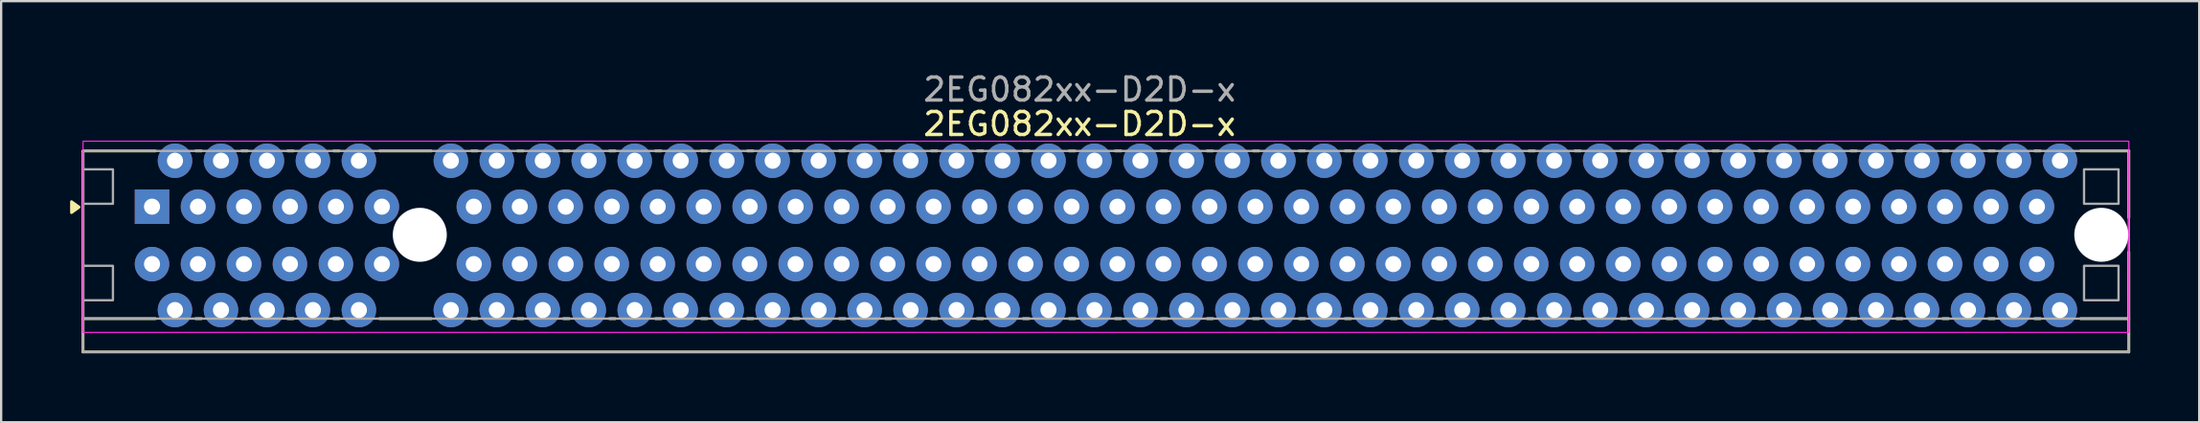
<source format=kicad_pcb>
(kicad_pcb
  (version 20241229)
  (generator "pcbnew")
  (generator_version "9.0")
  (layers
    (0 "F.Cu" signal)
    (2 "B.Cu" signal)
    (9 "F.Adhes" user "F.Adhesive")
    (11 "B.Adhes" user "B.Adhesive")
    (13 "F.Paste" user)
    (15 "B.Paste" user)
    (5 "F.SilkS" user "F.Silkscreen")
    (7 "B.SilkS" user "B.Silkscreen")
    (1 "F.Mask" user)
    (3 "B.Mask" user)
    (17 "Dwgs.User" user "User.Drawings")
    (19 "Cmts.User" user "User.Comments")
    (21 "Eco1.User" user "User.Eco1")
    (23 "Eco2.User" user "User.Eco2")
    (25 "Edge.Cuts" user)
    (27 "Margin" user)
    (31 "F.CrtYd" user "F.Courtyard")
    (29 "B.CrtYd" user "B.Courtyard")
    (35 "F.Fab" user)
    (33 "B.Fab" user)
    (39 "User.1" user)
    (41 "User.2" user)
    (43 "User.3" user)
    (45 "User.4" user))
  (footprint "2EG082xx-D2D-x"
    (layer "F.Cu")
    (at 15.213 7.173)
    (property "Reference" "2EG082xx-D2D-x" (at 28.7 -4.825 0) (unlocked yes) (layer "F.SilkS") (effects (font (size 1 1) (thickness 0.15))))
    (attr through_hole exclude_from_pos_files exclude_from_bom)
    (fp_line (start -14.65 -3.65) (end -14.65 5.1) (stroke (width 0.12) (type solid)) (layer "F.SilkS"))
    (fp_line (start -14.65 5.1) (end 74.35 5.1) (stroke (width 0.12) (type solid)) (layer "F.SilkS"))
    (fp_line (start -11.5 -3.65) (end -14.65 -3.65) (stroke (width 0.12) (type solid)) (layer "F.SilkS"))
    (fp_line (start -11.5 3.65) (end -14.65 3.65) (stroke (width 0.12) (type solid)) (layer "F.SilkS"))
    (fp_line (start -9.5 -3.65) (end -9.75 -3.65) (stroke (width 0.12) (type solid)) (layer "F.SilkS"))
    (fp_line (start -9.5 3.65) (end -9.75 3.65) (stroke (width 0.12) (type solid)) (layer "F.SilkS"))
    (fp_line (start -7.5 -3.65) (end -7.75 -3.65) (stroke (width 0.12) (type solid)) (layer "F.SilkS"))
    (fp_line (start -7.5 3.65) (end -7.75 3.65) (stroke (width 0.12) (type solid)) (layer "F.SilkS"))
    (fp_line (start -5.5 -3.65) (end -5.75 -3.65) (stroke (width 0.12) (type solid)) (layer "F.SilkS"))
    (fp_line (start -5.5 3.65) (end -5.75 3.65) (stroke (width 0.12) (type solid)) (layer "F.SilkS"))
    (fp_line (start -3.5 -3.65) (end -3.75 -3.65) (stroke (width 0.12) (type solid)) (layer "F.SilkS"))
    (fp_line (start -3.5 3.65) (end -3.75 3.65) (stroke (width 0.12) (type solid)) (layer "F.SilkS"))
    (fp_line (start 0.5 -3.65) (end -1.75 -3.65) (stroke (width 0.12) (type solid)) (layer "F.SilkS"))
    (fp_line (start 0.5 3.65) (end -1.75 3.65) (stroke (width 0.12) (type solid)) (layer "F.SilkS"))
    (fp_line (start 2.5 -3.65) (end 2.25 -3.65) (stroke (width 0.12) (type solid)) (layer "F.SilkS"))
    (fp_line (start 2.5 3.65) (end 2.25 3.65) (stroke (width 0.12) (type solid)) (layer "F.SilkS"))
    (fp_line (start 4.5 -3.65) (end 4.25 -3.65) (stroke (width 0.12) (type solid)) (layer "F.SilkS"))
    (fp_line (start 4.5 3.65) (end 4.25 3.65) (stroke (width 0.12) (type solid)) (layer "F.SilkS"))
    (fp_line (start 6.5 -3.65) (end 6.25 -3.65) (stroke (width 0.12) (type solid)) (layer "F.SilkS"))
    (fp_line (start 6.5 3.65) (end 6.25 3.65) (stroke (width 0.12) (type solid)) (layer "F.SilkS"))
    (fp_line (start 8.5 -3.65) (end 8.25 -3.65) (stroke (width 0.12) (type solid)) (layer "F.SilkS"))
    (fp_line (start 8.5 3.65) (end 8.25 3.65) (stroke (width 0.12) (type solid)) (layer "F.SilkS"))
    (fp_line (start 10.5 -3.65) (end 10.25 -3.65) (stroke (width 0.12) (type solid)) (layer "F.SilkS"))
    (fp_line (start 10.5 3.65) (end 10.25 3.65) (stroke (width 0.12) (type solid)) (layer "F.SilkS"))
    (fp_line (start 12.5 -3.65) (end 12.25 -3.65) (stroke (width 0.12) (type solid)) (layer "F.SilkS"))
    (fp_line (start 12.5 3.65) (end 12.25 3.65) (stroke (width 0.12) (type solid)) (layer "F.SilkS"))
    (fp_line (start 14.5 -3.65) (end 14.25 -3.65) (stroke (width 0.12) (type solid)) (layer "F.SilkS"))
    (fp_line (start 14.5 3.65) (end 14.25 3.65) (stroke (width 0.12) (type solid)) (layer "F.SilkS"))
    (fp_line (start 16.5 -3.65) (end 16.25 -3.65) (stroke (width 0.12) (type solid)) (layer "F.SilkS"))
    (fp_line (start 16.5 3.65) (end 16.25 3.65) (stroke (width 0.12) (type solid)) (layer "F.SilkS"))
    (fp_line (start 18.5 -3.65) (end 18.25 -3.65) (stroke (width 0.12) (type solid)) (layer "F.SilkS"))
    (fp_line (start 18.5 3.65) (end 18.25 3.65) (stroke (width 0.12) (type solid)) (layer "F.SilkS"))
    (fp_line (start 20.5 -3.65) (end 20.25 -3.65) (stroke (width 0.12) (type solid)) (layer "F.SilkS"))
    (fp_line (start 20.5 3.65) (end 20.25 3.65) (stroke (width 0.12) (type solid)) (layer "F.SilkS"))
    (fp_line (start 22.5 -3.65) (end 22.25 -3.65) (stroke (width 0.12) (type solid)) (layer "F.SilkS"))
    (fp_line (start 22.5 3.65) (end 22.25 3.65) (stroke (width 0.12) (type solid)) (layer "F.SilkS"))
    (fp_line (start 24.5 -3.65) (end 24.25 -3.65) (stroke (width 0.12) (type solid)) (layer "F.SilkS"))
    (fp_line (start 24.5 3.65) (end 24.25 3.65) (stroke (width 0.12) (type solid)) (layer "F.SilkS"))
    (fp_line (start 26.5 -3.65) (end 26.25 -3.65) (stroke (width 0.12) (type solid)) (layer "F.SilkS"))
    (fp_line (start 26.5 3.65) (end 26.25 3.65) (stroke (width 0.12) (type solid)) (layer "F.SilkS"))
    (fp_line (start 28.5 -3.65) (end 28.25 -3.65) (stroke (width 0.12) (type solid)) (layer "F.SilkS"))
    (fp_line (start 28.5 3.65) (end 28.25 3.65) (stroke (width 0.12) (type solid)) (layer "F.SilkS"))
    (fp_line (start 30.5 -3.65) (end 30.25 -3.65) (stroke (width 0.12) (type solid)) (layer "F.SilkS"))
    (fp_line (start 30.5 3.65) (end 30.25 3.65) (stroke (width 0.12) (type solid)) (layer "F.SilkS"))
    (fp_line (start 32.5 -3.65) (end 32.25 -3.65) (stroke (width 0.12) (type solid)) (layer "F.SilkS"))
    (fp_line (start 32.5 3.65) (end 32.25 3.65) (stroke (width 0.12) (type solid)) (layer "F.SilkS"))
    (fp_line (start 34.5 -3.65) (end 34.25 -3.65) (stroke (width 0.12) (type solid)) (layer "F.SilkS"))
    (fp_line (start 34.5 3.65) (end 34.25 3.65) (stroke (width 0.12) (type solid)) (layer "F.SilkS"))
    (fp_line (start 36.5 -3.65) (end 36.25 -3.65) (stroke (width 0.12) (type solid)) (layer "F.SilkS"))
    (fp_line (start 36.5 3.65) (end 36.25 3.65) (stroke (width 0.12) (type solid)) (layer "F.SilkS"))
    (fp_line (start 38.5 -3.65) (end 38.25 -3.65) (stroke (width 0.12) (type solid)) (layer "F.SilkS"))
    (fp_line (start 38.5 3.65) (end 38.25 3.65) (stroke (width 0.12) (type solid)) (layer "F.SilkS"))
    (fp_line (start 40.5 -3.65) (end 40.25 -3.65) (stroke (width 0.12) (type solid)) (layer "F.SilkS"))
    (fp_line (start 40.5 3.65) (end 40.25 3.65) (stroke (width 0.12) (type solid)) (layer "F.SilkS"))
    (fp_line (start 42.5 -3.65) (end 42.25 -3.65) (stroke (width 0.12) (type default)) (layer "F.SilkS"))
    (fp_line (start 42.5 3.65) (end 42.25 3.65) (stroke (width 0.12) (type default)) (layer "F.SilkS"))
    (fp_line (start 44.5 -3.65) (end 44.25 -3.65) (stroke (width 0.12) (type solid)) (layer "F.SilkS"))
    (fp_line (start 44.5 3.65) (end 44.25 3.65) (stroke (width 0.12) (type solid)) (layer "F.SilkS"))
    (fp_line (start 46.5 -3.65) (end 46.25 -3.65) (stroke (width 0.12) (type solid)) (layer "F.SilkS"))
    (fp_line (start 46.5 3.65) (end 46.25 3.65) (stroke (width 0.12) (type solid)) (layer "F.SilkS"))
    (fp_line (start 48.5 -3.65) (end 48.25 -3.65) (stroke (width 0.12) (type solid)) (layer "F.SilkS"))
    (fp_line (start 48.5 3.65) (end 48.25 3.65) (stroke (width 0.12) (type solid)) (layer "F.SilkS"))
    (fp_line (start 50.5 -3.65) (end 50.25 -3.65) (stroke (width 0.12) (type solid)) (layer "F.SilkS"))
    (fp_line (start 50.5 3.65) (end 50.25 3.65) (stroke (width 0.12) (type solid)) (layer "F.SilkS"))
    (fp_line (start 52.5 -3.65) (end 52.25 -3.65) (stroke (width 0.12) (type solid)) (layer "F.SilkS"))
    (fp_line (start 52.5 3.65) (end 52.25 3.65) (stroke (width 0.12) (type solid)) (layer "F.SilkS"))
    (fp_line (start 54.5 -3.65) (end 54.25 -3.65) (stroke (width 0.12) (type solid)) (layer "F.SilkS"))
    (fp_line (start 54.5 3.65) (end 54.25 3.65) (stroke (width 0.12) (type solid)) (layer "F.SilkS"))
    (fp_line (start 56.5 -3.65) (end 56.25 -3.65) (stroke (width 0.12) (type solid)) (layer "F.SilkS"))
    (fp_line (start 56.5 3.65) (end 56.25 3.65) (stroke (width 0.12) (type solid)) (layer "F.SilkS"))
    (fp_line (start 58.5 -3.65) (end 58.25 -3.65) (stroke (width 0.12) (type solid)) (layer "F.SilkS"))
    (fp_line (start 58.5 3.65) (end 58.25 3.65) (stroke (width 0.12) (type solid)) (layer "F.SilkS"))
    (fp_line (start 60.5 -3.65) (end 60.25 -3.65) (stroke (width 0.12) (type solid)) (layer "F.SilkS"))
    (fp_line (start 60.5 3.65) (end 60.25 3.65) (stroke (width 0.12) (type solid)) (layer "F.SilkS"))
    (fp_line (start 62.5 -3.65) (end 62.25 -3.65) (stroke (width 0.12) (type solid)) (layer "F.SilkS"))
    (fp_line (start 62.5 3.65) (end 62.25 3.65) (stroke (width 0.12) (type solid)) (layer "F.SilkS"))
    (fp_line (start 64.5 -3.65) (end 64.25 -3.65) (stroke (width 0.12) (type solid)) (layer "F.SilkS"))
    (fp_line (start 64.5 3.65) (end 64.25 3.65) (stroke (width 0.12) (type solid)) (layer "F.SilkS"))
    (fp_line (start 66.5 -3.65) (end 66.25 -3.65) (stroke (width 0.12) (type solid)) (layer "F.SilkS"))
    (fp_line (start 66.5 3.65) (end 66.25 3.65) (stroke (width 0.12) (type solid)) (layer "F.SilkS"))
    (fp_line (start 68.5 -3.65) (end 68.25 -3.65) (stroke (width 0.12) (type solid)) (layer "F.SilkS"))
    (fp_line (start 68.5 3.65) (end 68.25 3.65) (stroke (width 0.12) (type solid)) (layer "F.SilkS"))
    (fp_line (start 70.5 -3.65) (end 70.25 -3.65) (stroke (width 0.12) (type solid)) (layer "F.SilkS"))
    (fp_line (start 70.5 3.65) (end 70.25 3.65) (stroke (width 0.12) (type solid)) (layer "F.SilkS"))
    (fp_line (start 74.35 -3.65) (end 72.25 -3.65) (stroke (width 0.12) (type solid)) (layer "F.SilkS"))
    (fp_line (start 74.35 -0.75) (end 74.35 -3.65) (stroke (width 0.12) (type solid)) (layer "F.SilkS"))
    (fp_line (start 74.35 3.65) (end 72.25 3.65) (stroke (width 0.12) (type solid)) (layer "F.SilkS"))
    (fp_line (start 74.35 5.1) (end 74.35 0.75) (stroke (width 0.12) (type solid)) (layer "F.SilkS"))
    (fp_poly (pts (xy -14.823 -1.205) (xy -15.153 -0.965) (xy -15.153 -1.445) (xy -14.823 -1.205)) (stroke (width 0.12) (type solid)) (fill yes) (layer "F.SilkS"))
    (fp_rect (start -14.65 -4.075) (end 74.35 4.25) (stroke (width 0.05) (type default)) (fill no) (layer "F.CrtYd"))
    (fp_line (start -14.65 5.1) (end -14.65 3.65) (stroke (width 0.1) (type default)) (layer "F.Fab"))
    (fp_line (start 74.35 3.65) (end 74.35 5.1) (stroke (width 0.1) (type default)) (layer "F.Fab"))
    (fp_line (start 74.35 5.1) (end -14.65 5.1) (stroke (width 0.1) (type default)) (layer "F.Fab"))
    (fp_rect (start -14.65 -3.65) (end 74.35 3.65) (stroke (width 0.1) (type default)) (fill no) (layer "F.Fab"))
    (fp_rect (start -14.65 -2.85) (end -13.35 -1.35) (stroke (width 0.1) (type default)) (fill no) (layer "F.Fab"))
    (fp_rect (start -14.65 1.35) (end -13.35 2.85) (stroke (width 0.1) (type default)) (fill no) (layer "F.Fab"))
    (fp_rect (start 72.4 -2.85) (end 73.9 -1.35) (stroke (width 0.1) (type default)) (fill no) (layer "F.Fab"))
    (fp_rect (start 72.4 1.35) (end 73.9 2.85) (stroke (width 0.1) (type default)) (fill no) (layer "F.Fab"))
    (fp_text user "${REFERENCE}" (at 28.7 -6.325 0) (unlocked yes) (layer "F.Fab") (effects (font (size 1 1) (thickness 0.15))))
    (pad "" np_thru_hole circle (at 0 0) (size 2.35 2.35) (drill 2.35) (layers "*.Cu" "*.Mask"))
    (pad "" np_thru_hole circle (at 73.15 0) (size 2.35 2.35) (drill 2.35) (layers "*.Cu" "*.Mask"))
    (pad "A1" thru_hole rect (at -11.65 -1.225) (size 1.5 1.5) (drill 0.7) (layers "*.Cu" "*.Mask"))
    (pad "A2" thru_hole circle (at -10.65 -3.225) (size 1.5 1.5) (drill 0.7) (layers "*.Cu" "*.Mask"))
    (pad "A3" thru_hole circle (at -9.65 -1.225) (size 1.5 1.5) (drill 0.7) (layers "*.Cu" "*.Mask"))
    (pad "A4" thru_hole circle (at -8.65 -3.225) (size 1.5 1.5) (drill 0.7) (layers "*.Cu" "*.Mask"))
    (pad "A5" thru_hole circle (at -7.65 -1.225) (size 1.5 1.5) (drill 0.7) (layers "*.Cu" "*.Mask"))
    (pad "A6" thru_hole circle (at -6.65 -3.225) (size 1.5 1.5) (drill 0.7) (layers "*.Cu" "*.Mask"))
    (pad "A7" thru_hole circle (at -5.65 -1.225) (size 1.5 1.5) (drill 0.7) (layers "*.Cu" "*.Mask"))
    (pad "A8" thru_hole circle (at -4.65 -3.225) (size 1.5 1.5) (drill 0.7) (layers "*.Cu" "*.Mask"))
    (pad "A9" thru_hole circle (at -3.65 -1.225) (size 1.5 1.5) (drill 0.7) (layers "*.Cu" "*.Mask"))
    (pad "A10" thru_hole circle (at -2.65 -3.225) (size 1.5 1.5) (drill 0.7) (layers "*.Cu" "*.Mask"))
    (pad "A11" thru_hole circle (at -1.65 -1.225) (size 1.5 1.5) (drill 0.7) (layers "*.Cu" "*.Mask"))
    (pad "A12" thru_hole circle (at 1.35 -3.225) (size 1.5 1.5) (drill 0.7) (layers "*.Cu" "*.Mask"))
    (pad "A13" thru_hole circle (at 2.35 -1.225) (size 1.5 1.5) (drill 0.7) (layers "*.Cu" "*.Mask"))
    (pad "A14" thru_hole circle (at 3.35 -3.225) (size 1.5 1.5) (drill 0.7) (layers "*.Cu" "*.Mask"))
    (pad "A15" thru_hole circle (at 4.35 -1.225) (size 1.5 1.5) (drill 0.7) (layers "*.Cu" "*.Mask"))
    (pad "A16" thru_hole circle (at 5.35 -3.225) (size 1.5 1.5) (drill 0.7) (layers "*.Cu" "*.Mask"))
    (pad "A17" thru_hole circle (at 6.35 -1.225) (size 1.5 1.5) (drill 0.7) (layers "*.Cu" "*.Mask"))
    (pad "A18" thru_hole circle (at 7.35 -3.225) (size 1.5 1.5) (drill 0.7) (layers "*.Cu" "*.Mask"))
    (pad "A19" thru_hole circle (at 8.35 -1.225) (size 1.5 1.5) (drill 0.7) (layers "*.Cu" "*.Mask"))
    (pad "A20" thru_hole circle (at 9.35 -3.225) (size 1.5 1.5) (drill 0.7) (layers "*.Cu" "*.Mask"))
    (pad "A21" thru_hole circle (at 10.35 -1.225) (size 1.5 1.5) (drill 0.7) (layers "*.Cu" "*.Mask"))
    (pad "A22" thru_hole circle (at 11.35 -3.225) (size 1.5 1.5) (drill 0.7) (layers "*.Cu" "*.Mask"))
    (pad "A23" thru_hole circle (at 12.35 -1.225) (size 1.5 1.5) (drill 0.7) (layers "*.Cu" "*.Mask"))
    (pad "A24" thru_hole circle (at 13.35 -3.225) (size 1.5 1.5) (drill 0.7) (layers "*.Cu" "*.Mask"))
    (pad "A25" thru_hole circle (at 14.35 -1.225) (size 1.5 1.5) (drill 0.7) (layers "*.Cu" "*.Mask"))
    (pad "A26" thru_hole circle (at 15.35 -3.225) (size 1.5 1.5) (drill 0.7) (layers "*.Cu" "*.Mask"))
    (pad "A27" thru_hole circle (at 16.35 -1.225) (size 1.5 1.5) (drill 0.7) (layers "*.Cu" "*.Mask"))
    (pad "A28" thru_hole circle (at 17.35 -3.225) (size 1.5 1.5) (drill 0.7) (layers "*.Cu" "*.Mask"))
    (pad "A29" thru_hole circle (at 18.35 -1.225) (size 1.5 1.5) (drill 0.7) (layers "*.Cu" "*.Mask"))
    (pad "A30" thru_hole circle (at 19.35 -3.225) (size 1.5 1.5) (drill 0.7) (layers "*.Cu" "*.Mask"))
    (pad "A31" thru_hole circle (at 20.35 -1.225) (size 1.5 1.5) (drill 0.7) (layers "*.Cu" "*.Mask"))
    (pad "A32" thru_hole circle (at 21.35 -3.225) (size 1.5 1.5) (drill 0.7) (layers "*.Cu" "*.Mask"))
    (pad "A33" thru_hole circle (at 22.35 -1.225) (size 1.5 1.5) (drill 0.7) (layers "*.Cu" "*.Mask"))
    (pad "A34" thru_hole circle (at 23.35 -3.225) (size 1.5 1.5) (drill 0.7) (layers "*.Cu" "*.Mask"))
    (pad "A35" thru_hole circle (at 24.35 -1.225) (size 1.5 1.5) (drill 0.7) (layers "*.Cu" "*.Mask"))
    (pad "A36" thru_hole circle (at 25.35 -3.225) (size 1.5 1.5) (drill 0.7) (layers "*.Cu" "*.Mask"))
    (pad "A37" thru_hole circle (at 26.35 -1.225) (size 1.5 1.5) (drill 0.7) (layers "*.Cu" "*.Mask"))
    (pad "A38" thru_hole circle (at 27.35 -3.225) (size 1.5 1.5) (drill 0.7) (layers "*.Cu" "*.Mask"))
    (pad "A39" thru_hole circle (at 28.35 -1.225) (size 1.5 1.5) (drill 0.7) (layers "*.Cu" "*.Mask"))
    (pad "A40" thru_hole circle (at 29.35 -3.225) (size 1.5 1.5) (drill 0.7) (layers "*.Cu" "*.Mask"))
    (pad "A41" thru_hole circle (at 30.35 -1.225) (size 1.5 1.5) (drill 0.7) (layers "*.Cu" "*.Mask"))
    (pad "A42" thru_hole circle (at 31.35 -3.225) (size 1.5 1.5) (drill 0.7) (layers "*.Cu" "*.Mask"))
    (pad "A43" thru_hole circle (at 32.35 -1.225) (size 1.5 1.5) (drill 0.7) (layers "*.Cu" "*.Mask"))
    (pad "A44" thru_hole circle (at 33.35 -3.225) (size 1.5 1.5) (drill 0.7) (layers "*.Cu" "*.Mask"))
    (pad "A45" thru_hole circle (at 34.35 -1.225) (size 1.5 1.5) (drill 0.7) (layers "*.Cu" "*.Mask"))
    (pad "A46" thru_hole circle (at 35.35 -3.225) (size 1.5 1.5) (drill 0.7) (layers "*.Cu" "*.Mask"))
    (pad "A47" thru_hole circle (at 36.35 -1.225) (size 1.5 1.5) (drill 0.7) (layers "*.Cu" "*.Mask"))
    (pad "A48" thru_hole circle (at 37.35 -3.225) (size 1.5 1.5) (drill 0.7) (layers "*.Cu" "*.Mask"))
    (pad "A49" thru_hole circle (at 38.35 -1.225) (size 1.5 1.5) (drill 0.7) (layers "*.Cu" "*.Mask"))
    (pad "A50" thru_hole circle (at 39.35 -3.225) (size 1.5 1.5) (drill 0.7) (layers "*.Cu" "*.Mask"))
    (pad "A51" thru_hole circle (at 40.35 -1.225) (size 1.5 1.5) (drill 0.7) (layers "*.Cu" "*.Mask"))
    (pad "A52" thru_hole circle (at 41.35 -3.225) (size 1.5 1.5) (drill 0.7) (layers "*.Cu" "*.Mask"))
    (pad "A53" thru_hole circle (at 42.35 -1.225) (size 1.5 1.5) (drill 0.7) (layers "*.Cu" "*.Mask"))
    (pad "A54" thru_hole circle (at 43.35 -3.225) (size 1.5 1.5) (drill 0.7) (layers "*.Cu" "*.Mask"))
    (pad "A55" thru_hole circle (at 44.35 -1.225) (size 1.5 1.5) (drill 0.7) (layers "*.Cu" "*.Mask"))
    (pad "A56" thru_hole circle (at 45.35 -3.225) (size 1.5 1.5) (drill 0.7) (layers "*.Cu" "*.Mask"))
    (pad "A57" thru_hole circle (at 46.35 -1.225) (size 1.5 1.5) (drill 0.7) (layers "*.Cu" "*.Mask"))
    (pad "A58" thru_hole circle (at 47.35 -3.225) (size 1.5 1.5) (drill 0.7) (layers "*.Cu" "*.Mask"))
    (pad "A59" thru_hole circle (at 48.35 -1.225) (size 1.5 1.5) (drill 0.7) (layers "*.Cu" "*.Mask"))
    (pad "A60" thru_hole circle (at 49.35 -3.225) (size 1.5 1.5) (drill 0.7) (layers "*.Cu" "*.Mask"))
    (pad "A61" thru_hole circle (at 50.35 -1.225) (size 1.5 1.5) (drill 0.7) (layers "*.Cu" "*.Mask"))
    (pad "A62" thru_hole circle (at 51.35 -3.225) (size 1.5 1.5) (drill 0.7) (layers "*.Cu" "*.Mask"))
    (pad "A63" thru_hole circle (at 52.35 -1.225) (size 1.5 1.5) (drill 0.7) (layers "*.Cu" "*.Mask"))
    (pad "A64" thru_hole circle (at 53.35 -3.225) (size 1.5 1.5) (drill 0.7) (layers "*.Cu" "*.Mask"))
    (pad "A65" thru_hole circle (at 54.35 -1.225) (size 1.5 1.5) (drill 0.7) (layers "*.Cu" "*.Mask"))
    (pad "A66" thru_hole circle (at 55.35 -3.225) (size 1.5 1.5) (drill 0.7) (layers "*.Cu" "*.Mask"))
    (pad "A67" thru_hole circle (at 56.35 -1.225) (size 1.5 1.5) (drill 0.7) (layers "*.Cu" "*.Mask"))
    (pad "A68" thru_hole circle (at 57.35 -3.225) (size 1.5 1.5) (drill 0.7) (layers "*.Cu" "*.Mask"))
    (pad "A69" thru_hole circle (at 58.35 -1.225) (size 1.5 1.5) (drill 0.7) (layers "*.Cu" "*.Mask"))
    (pad "A70" thru_hole circle (at 59.35 -3.225) (size 1.5 1.5) (drill 0.7) (layers "*.Cu" "*.Mask"))
    (pad "A71" thru_hole circle (at 60.35 -1.225) (size 1.5 1.5) (drill 0.7) (layers "*.Cu" "*.Mask"))
    (pad "A72" thru_hole circle (at 61.35 -3.225) (size 1.5 1.5) (drill 0.7) (layers "*.Cu" "*.Mask"))
    (pad "A73" thru_hole circle (at 62.35 -1.225) (size 1.5 1.5) (drill 0.7) (layers "*.Cu" "*.Mask"))
    (pad "A74" thru_hole circle (at 63.35 -3.225) (size 1.5 1.5) (drill 0.7) (layers "*.Cu" "*.Mask"))
    (pad "A75" thru_hole circle (at 64.35 -1.225) (size 1.5 1.5) (drill 0.7) (layers "*.Cu" "*.Mask"))
    (pad "A76" thru_hole circle (at 65.35 -3.225) (size 1.5 1.5) (drill 0.7) (layers "*.Cu" "*.Mask"))
    (pad "A77" thru_hole circle (at 66.35 -1.225) (size 1.5 1.5) (drill 0.7) (layers "*.Cu" "*.Mask"))
    (pad "A78" thru_hole circle (at 67.35 -3.225) (size 1.5 1.5) (drill 0.7) (layers "*.Cu" "*.Mask"))
    (pad "A79" thru_hole circle (at 68.35 -1.225) (size 1.5 1.5) (drill 0.7) (layers "*.Cu" "*.Mask"))
    (pad "A80" thru_hole circle (at 69.35 -3.225) (size 1.5 1.5) (drill 0.7) (layers "*.Cu" "*.Mask"))
    (pad "A81" thru_hole circle (at 70.35 -1.225) (size 1.5 1.5) (drill 0.7) (layers "*.Cu" "*.Mask"))
    (pad "A82" thru_hole circle (at 71.35 -3.225) (size 1.5 1.5) (drill 0.7) (layers "*.Cu" "*.Mask"))
    (pad "B1" thru_hole circle (at -11.65 1.275) (size 1.5 1.5) (drill 0.7) (layers "*.Cu" "*.Mask"))
    (pad "B2" thru_hole circle (at -10.65 3.275) (size 1.5 1.5) (drill 0.7) (layers "*.Cu" "*.Mask"))
    (pad "B3" thru_hole circle (at -9.65 1.275) (size 1.5 1.5) (drill 0.7) (layers "*.Cu" "*.Mask"))
    (pad "B4" thru_hole circle (at -8.65 3.275) (size 1.5 1.5) (drill 0.7) (layers "*.Cu" "*.Mask"))
    (pad "B5" thru_hole circle (at -7.65 1.275) (size 1.5 1.5) (drill 0.7) (layers "*.Cu" "*.Mask"))
    (pad "B6" thru_hole circle (at -6.65 3.275) (size 1.5 1.5) (drill 0.7) (layers "*.Cu" "*.Mask"))
    (pad "B7" thru_hole circle (at -5.65 1.275) (size 1.5 1.5) (drill 0.7) (layers "*.Cu" "*.Mask"))
    (pad "B8" thru_hole circle (at -4.65 3.275) (size 1.5 1.5) (drill 0.7) (layers "*.Cu" "*.Mask"))
    (pad "B9" thru_hole circle (at -3.65 1.275) (size 1.5 1.5) (drill 0.7) (layers "*.Cu" "*.Mask"))
    (pad "B10" thru_hole circle (at -2.65 3.275) (size 1.5 1.5) (drill 0.7) (layers "*.Cu" "*.Mask"))
    (pad "B11" thru_hole circle (at -1.65 1.275) (size 1.5 1.5) (drill 0.7) (layers "*.Cu" "*.Mask"))
    (pad "B12" thru_hole circle (at 1.35 3.275) (size 1.5 1.5) (drill 0.7) (layers "*.Cu" "*.Mask"))
    (pad "B13" thru_hole circle (at 2.35 1.275) (size 1.5 1.5) (drill 0.7) (layers "*.Cu" "*.Mask"))
    (pad "B14" thru_hole circle (at 3.35 3.275) (size 1.5 1.5) (drill 0.7) (layers "*.Cu" "*.Mask"))
    (pad "B15" thru_hole circle (at 4.35 1.275) (size 1.5 1.5) (drill 0.7) (layers "*.Cu" "*.Mask"))
    (pad "B16" thru_hole circle (at 5.35 3.275) (size 1.5 1.5) (drill 0.7) (layers "*.Cu" "*.Mask"))
    (pad "B17" thru_hole circle (at 6.35 1.275) (size 1.5 1.5) (drill 0.7) (layers "*.Cu" "*.Mask"))
    (pad "B18" thru_hole circle (at 7.35 3.275) (size 1.5 1.5) (drill 0.7) (layers "*.Cu" "*.Mask"))
    (pad "B19" thru_hole circle (at 8.35 1.275) (size 1.5 1.5) (drill 0.7) (layers "*.Cu" "*.Mask"))
    (pad "B20" thru_hole circle (at 9.35 3.275) (size 1.5 1.5) (drill 0.7) (layers "*.Cu" "*.Mask"))
    (pad "B21" thru_hole circle (at 10.35 1.275) (size 1.5 1.5) (drill 0.7) (layers "*.Cu" "*.Mask"))
    (pad "B22" thru_hole circle (at 11.35 3.275) (size 1.5 1.5) (drill 0.7) (layers "*.Cu" "*.Mask"))
    (pad "B23" thru_hole circle (at 12.35 1.275) (size 1.5 1.5) (drill 0.7) (layers "*.Cu" "*.Mask"))
    (pad "B24" thru_hole circle (at 13.35 3.275) (size 1.5 1.5) (drill 0.7) (layers "*.Cu" "*.Mask"))
    (pad "B25" thru_hole circle (at 14.35 1.275) (size 1.5 1.5) (drill 0.7) (layers "*.Cu" "*.Mask"))
    (pad "B26" thru_hole circle (at 15.35 3.275) (size 1.5 1.5) (drill 0.7) (layers "*.Cu" "*.Mask"))
    (pad "B27" thru_hole circle (at 16.35 1.275) (size 1.5 1.5) (drill 0.7) (layers "*.Cu" "*.Mask"))
    (pad "B28" thru_hole circle (at 17.35 3.275) (size 1.5 1.5) (drill 0.7) (layers "*.Cu" "*.Mask"))
    (pad "B29" thru_hole circle (at 18.35 1.275) (size 1.5 1.5) (drill 0.7) (layers "*.Cu" "*.Mask"))
    (pad "B30" thru_hole circle (at 19.35 3.275) (size 1.5 1.5) (drill 0.7) (layers "*.Cu" "*.Mask"))
    (pad "B31" thru_hole circle (at 20.35 1.275) (size 1.5 1.5) (drill 0.7) (layers "*.Cu" "*.Mask"))
    (pad "B32" thru_hole circle (at 21.35 3.275) (size 1.5 1.5) (drill 0.7) (layers "*.Cu" "*.Mask"))
    (pad "B33" thru_hole circle (at 22.35 1.275) (size 1.5 1.5) (drill 0.7) (layers "*.Cu" "*.Mask"))
    (pad "B34" thru_hole circle (at 23.35 3.275) (size 1.5 1.5) (drill 0.7) (layers "*.Cu" "*.Mask"))
    (pad "B35" thru_hole circle (at 24.35 1.275) (size 1.5 1.5) (drill 0.7) (layers "*.Cu" "*.Mask"))
    (pad "B36" thru_hole circle (at 25.35 3.275) (size 1.5 1.5) (drill 0.7) (layers "*.Cu" "*.Mask"))
    (pad "B37" thru_hole circle (at 26.35 1.275) (size 1.5 1.5) (drill 0.7) (layers "*.Cu" "*.Mask"))
    (pad "B38" thru_hole circle (at 27.35 3.275) (size 1.5 1.5) (drill 0.7) (layers "*.Cu" "*.Mask"))
    (pad "B39" thru_hole circle (at 28.35 1.275) (size 1.5 1.5) (drill 0.7) (layers "*.Cu" "*.Mask"))
    (pad "B40" thru_hole circle (at 29.35 3.275) (size 1.5 1.5) (drill 0.7) (layers "*.Cu" "*.Mask"))
    (pad "B41" thru_hole circle (at 30.35 1.275) (size 1.5 1.5) (drill 0.7) (layers "*.Cu" "*.Mask"))
    (pad "B42" thru_hole circle (at 31.35 3.275) (size 1.5 1.5) (drill 0.7) (layers "*.Cu" "*.Mask"))
    (pad "B43" thru_hole circle (at 32.35 1.275) (size 1.5 1.5) (drill 0.7) (layers "*.Cu" "*.Mask"))
    (pad "B44" thru_hole circle (at 33.35 3.275) (size 1.5 1.5) (drill 0.7) (layers "*.Cu" "*.Mask"))
    (pad "B45" thru_hole circle (at 34.35 1.275) (size 1.5 1.5) (drill 0.7) (layers "*.Cu" "*.Mask"))
    (pad "B46" thru_hole circle (at 35.35 3.275) (size 1.5 1.5) (drill 0.7) (layers "*.Cu" "*.Mask"))
    (pad "B47" thru_hole circle (at 36.35 1.275) (size 1.5 1.5) (drill 0.7) (layers "*.Cu" "*.Mask"))
    (pad "B48" thru_hole circle (at 37.35 3.275) (size 1.5 1.5) (drill 0.7) (layers "*.Cu" "*.Mask"))
    (pad "B49" thru_hole circle (at 38.35 1.275) (size 1.5 1.5) (drill 0.7) (layers "*.Cu" "*.Mask"))
    (pad "B50" thru_hole circle (at 39.35 3.275) (size 1.5 1.5) (drill 0.7) (layers "*.Cu" "*.Mask"))
    (pad "B51" thru_hole circle (at 40.35 1.275) (size 1.5 1.5) (drill 0.7) (layers "*.Cu" "*.Mask"))
    (pad "B52" thru_hole circle (at 41.35 3.275) (size 1.5 1.5) (drill 0.7) (layers "*.Cu" "*.Mask"))
    (pad "B53" thru_hole circle (at 42.35 1.275) (size 1.5 1.5) (drill 0.7) (layers "*.Cu" "*.Mask"))
    (pad "B54" thru_hole circle (at 43.35 3.275) (size 1.5 1.5) (drill 0.7) (layers "*.Cu" "*.Mask"))
    (pad "B55" thru_hole circle (at 44.35 1.275) (size 1.5 1.5) (drill 0.7) (layers "*.Cu" "*.Mask"))
    (pad "B56" thru_hole circle (at 45.35 3.275) (size 1.5 1.5) (drill 0.7) (layers "*.Cu" "*.Mask"))
    (pad "B57" thru_hole circle (at 46.35 1.275) (size 1.5 1.5) (drill 0.7) (layers "*.Cu" "*.Mask"))
    (pad "B58" thru_hole circle (at 47.35 3.275) (size 1.5 1.5) (drill 0.7) (layers "*.Cu" "*.Mask"))
    (pad "B59" thru_hole circle (at 48.35 1.275) (size 1.5 1.5) (drill 0.7) (layers "*.Cu" "*.Mask"))
    (pad "B60" thru_hole circle (at 49.35 3.275) (size 1.5 1.5) (drill 0.7) (layers "*.Cu" "*.Mask"))
    (pad "B61" thru_hole circle (at 50.35 1.275) (size 1.5 1.5) (drill 0.7) (layers "*.Cu" "*.Mask"))
    (pad "B62" thru_hole circle (at 51.35 3.275) (size 1.5 1.5) (drill 0.7) (layers "*.Cu" "*.Mask"))
    (pad "B63" thru_hole circle (at 52.35 1.275) (size 1.5 1.5) (drill 0.7) (layers "*.Cu" "*.Mask"))
    (pad "B64" thru_hole circle (at 53.35 3.275) (size 1.5 1.5) (drill 0.7) (layers "*.Cu" "*.Mask"))
    (pad "B65" thru_hole circle (at 54.35 1.275) (size 1.5 1.5) (drill 0.7) (layers "*.Cu" "*.Mask"))
    (pad "B66" thru_hole circle (at 55.35 3.275) (size 1.5 1.5) (drill 0.7) (layers "*.Cu" "*.Mask"))
    (pad "B67" thru_hole circle (at 56.35 1.275) (size 1.5 1.5) (drill 0.7) (layers "*.Cu" "*.Mask"))
    (pad "B68" thru_hole circle (at 57.35 3.275) (size 1.5 1.5) (drill 0.7) (layers "*.Cu" "*.Mask"))
    (pad "B69" thru_hole circle (at 58.35 1.275) (size 1.5 1.5) (drill 0.7) (layers "*.Cu" "*.Mask"))
    (pad "B70" thru_hole circle (at 59.35 3.275) (size 1.5 1.5) (drill 0.7) (layers "*.Cu" "*.Mask"))
    (pad "B71" thru_hole circle (at 60.35 1.275) (size 1.5 1.5) (drill 0.7) (layers "*.Cu" "*.Mask"))
    (pad "B72" thru_hole circle (at 61.35 3.275) (size 1.5 1.5) (drill 0.7) (layers "*.Cu" "*.Mask"))
    (pad "B73" thru_hole circle (at 62.35 1.275) (size 1.5 1.5) (drill 0.7) (layers "*.Cu" "*.Mask"))
    (pad "B74" thru_hole circle (at 63.35 3.275) (size 1.5 1.5) (drill 0.7) (layers "*.Cu" "*.Mask"))
    (pad "B75" thru_hole circle (at 64.35 1.275) (size 1.5 1.5) (drill 0.7) (layers "*.Cu" "*.Mask"))
    (pad "B76" thru_hole circle (at 65.35 3.275) (size 1.5 1.5) (drill 0.7) (layers "*.Cu" "*.Mask"))
    (pad "B77" thru_hole circle (at 66.35 1.275) (size 1.5 1.5) (drill 0.7) (layers "*.Cu" "*.Mask"))
    (pad "B78" thru_hole circle (at 67.35 3.275) (size 1.5 1.5) (drill 0.7) (layers "*.Cu" "*.Mask"))
    (pad "B79" thru_hole circle (at 68.35 1.275) (size 1.5 1.5) (drill 0.7) (layers "*.Cu" "*.Mask"))
    (pad "B80" thru_hole circle (at 69.35 3.275) (size 1.5 1.5) (drill 0.7) (layers "*.Cu" "*.Mask"))
    (pad "B81" thru_hole circle (at 70.35 1.275) (size 1.5 1.5) (drill 0.7) (layers "*.Cu" "*.Mask"))
    (pad "B82" thru_hole circle (at 71.35 3.275) (size 1.5 1.5) (drill 0.7) (layers "*.Cu" "*.Mask")))
  (gr_rect
    (start -3 -3)
    (end 92.623 15.333)
    (stroke (width 0.1) (type default))
    (fill no)
    (layer "Edge.Cuts")))
</source>
